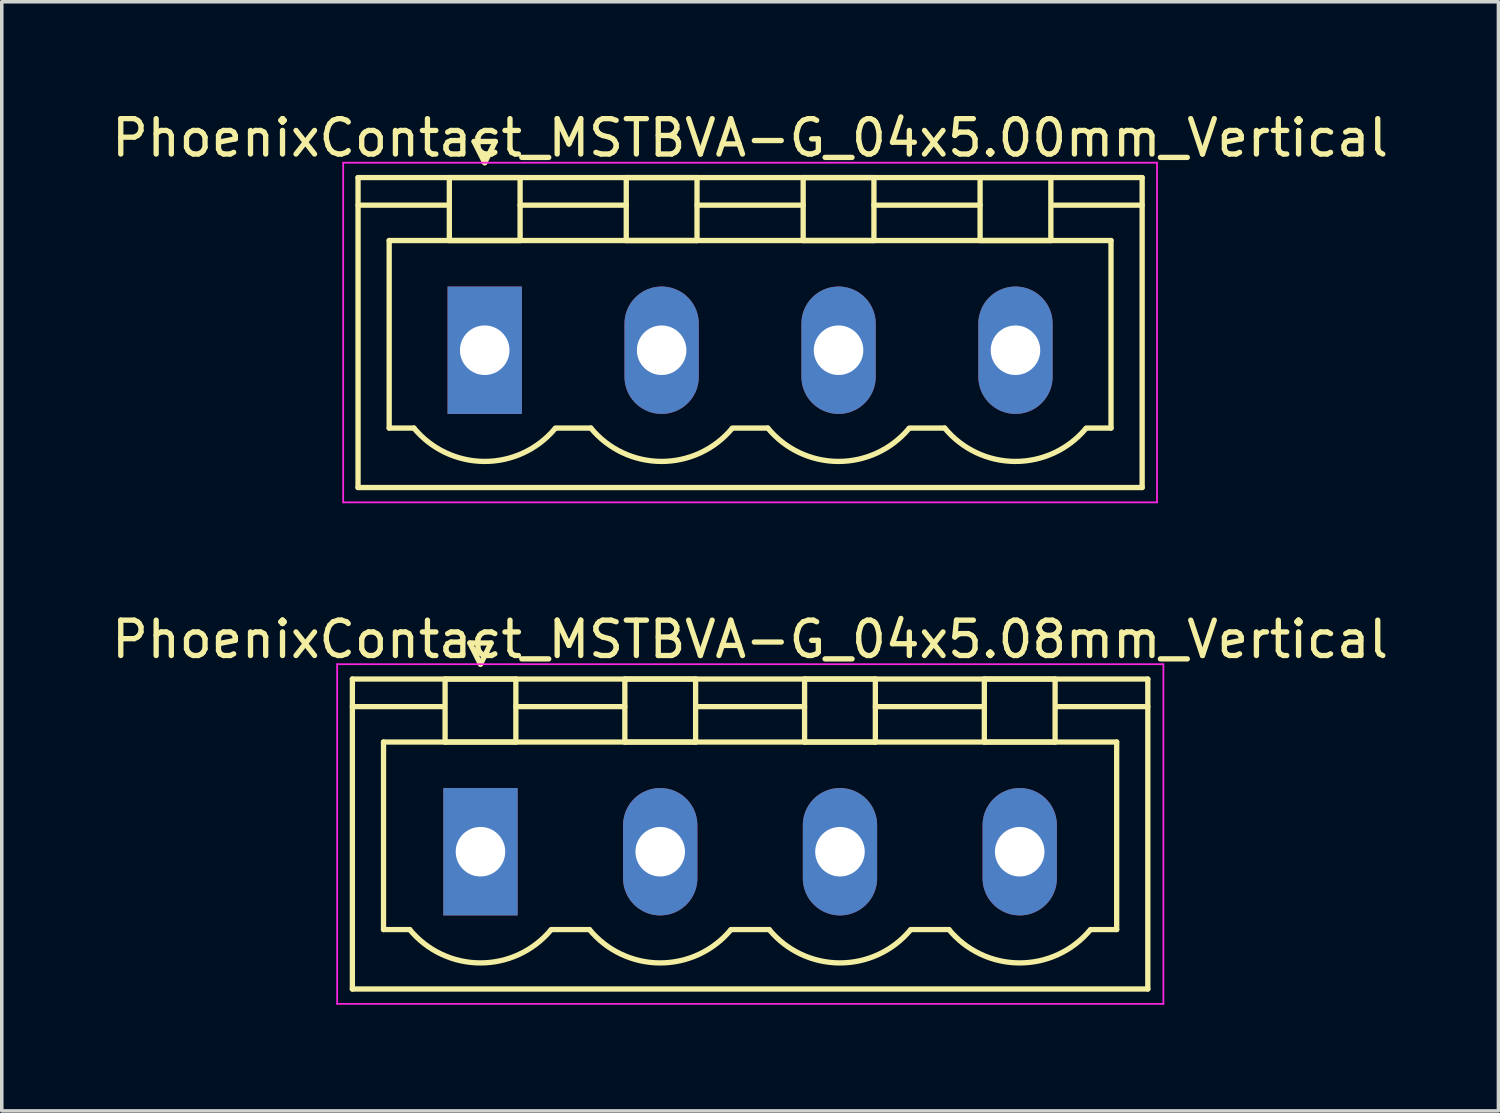
<source format=kicad_pcb>
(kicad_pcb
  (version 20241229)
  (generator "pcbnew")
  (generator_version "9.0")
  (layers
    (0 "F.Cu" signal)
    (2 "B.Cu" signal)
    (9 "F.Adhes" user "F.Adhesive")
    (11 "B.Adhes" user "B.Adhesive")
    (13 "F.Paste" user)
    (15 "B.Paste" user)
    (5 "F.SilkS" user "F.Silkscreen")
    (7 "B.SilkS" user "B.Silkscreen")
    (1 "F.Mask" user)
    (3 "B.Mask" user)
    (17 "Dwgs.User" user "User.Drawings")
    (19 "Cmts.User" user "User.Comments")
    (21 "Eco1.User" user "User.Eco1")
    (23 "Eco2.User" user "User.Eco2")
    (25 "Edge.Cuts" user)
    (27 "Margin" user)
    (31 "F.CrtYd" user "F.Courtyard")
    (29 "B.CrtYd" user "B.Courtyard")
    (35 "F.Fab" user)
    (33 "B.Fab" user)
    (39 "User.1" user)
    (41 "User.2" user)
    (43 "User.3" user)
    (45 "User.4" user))
  (footprint "PhoenixContact_MSTBVA-G_04x5.08mm_Vertical"
    (layer "F.Cu")
    (at 10.529 21.021)
    (property "Reference" "PhoenixContact_MSTBVA-G_04x5.08mm_Vertical" (at 7.62 -6 0) (layer "F.SilkS") (effects (font (size 1 1) (thickness 0.15))))
    (attr through_hole)
    (fp_line (start -3.62 -4.88) (end -3.62 3.88) (stroke (width 0.15) (type solid)) (layer "F.SilkS"))
    (fp_line (start -3.62 -4.1) (end -1.08 -4.1) (stroke (width 0.15) (type solid)) (layer "F.SilkS"))
    (fp_line (start -3.62 3.88) (end 18.86 3.88) (stroke (width 0.15) (type solid)) (layer "F.SilkS"))
    (fp_line (start -2.74 -3.1) (end 17.98 -3.1) (stroke (width 0.15) (type solid)) (layer "F.SilkS"))
    (fp_line (start -2.74 2.2) (end -2.74 -3.1) (stroke (width 0.15) (type solid)) (layer "F.SilkS"))
    (fp_line (start -2 2.2) (end -2.74 2.2) (stroke (width 0.15) (type solid)) (layer "F.SilkS"))
    (fp_line (start -1 -4.88) (end 1 -4.88) (stroke (width 0.15) (type solid)) (layer "F.SilkS"))
    (fp_line (start -1 -3.1) (end -1 -4.88) (stroke (width 0.15) (type solid)) (layer "F.SilkS"))
    (fp_line (start -0.3 -5.9) (end 0 -5.3) (stroke (width 0.15) (type solid)) (layer "F.SilkS"))
    (fp_line (start 0 -5.3) (end 0.3 -5.9) (stroke (width 0.15) (type solid)) (layer "F.SilkS"))
    (fp_line (start 0.3 -5.9) (end -0.3 -5.9) (stroke (width 0.15) (type solid)) (layer "F.SilkS"))
    (fp_line (start 1 -4.88) (end 1 -3.1) (stroke (width 0.15) (type solid)) (layer "F.SilkS"))
    (fp_line (start 1 -4.1) (end 4.08 -4.1) (stroke (width 0.15) (type solid)) (layer "F.SilkS"))
    (fp_line (start 1 -3.1) (end -1 -3.1) (stroke (width 0.15) (type solid)) (layer "F.SilkS"))
    (fp_line (start 2 2.2) (end 3.08 2.2) (stroke (width 0.15) (type solid)) (layer "F.SilkS"))
    (fp_line (start 4.08 -4.88) (end 6.08 -4.88) (stroke (width 0.15) (type solid)) (layer "F.SilkS"))
    (fp_line (start 4.08 -3.1) (end 4.08 -4.88) (stroke (width 0.15) (type solid)) (layer "F.SilkS"))
    (fp_line (start 6.08 -4.88) (end 6.08 -3.1) (stroke (width 0.15) (type solid)) (layer "F.SilkS"))
    (fp_line (start 6.08 -4.1) (end 9.16 -4.1) (stroke (width 0.15) (type solid)) (layer "F.SilkS"))
    (fp_line (start 6.08 -3.1) (end 4.08 -3.1) (stroke (width 0.15) (type solid)) (layer "F.SilkS"))
    (fp_line (start 7.08 2.2) (end 8.16 2.2) (stroke (width 0.15) (type solid)) (layer "F.SilkS"))
    (fp_line (start 9.16 -4.88) (end 11.16 -4.88) (stroke (width 0.15) (type solid)) (layer "F.SilkS"))
    (fp_line (start 9.16 -3.1) (end 9.16 -4.88) (stroke (width 0.15) (type solid)) (layer "F.SilkS"))
    (fp_line (start 11.16 -4.88) (end 11.16 -3.1) (stroke (width 0.15) (type solid)) (layer "F.SilkS"))
    (fp_line (start 11.16 -4.1) (end 14.24 -4.1) (stroke (width 0.15) (type solid)) (layer "F.SilkS"))
    (fp_line (start 11.16 -3.1) (end 9.16 -3.1) (stroke (width 0.15) (type solid)) (layer "F.SilkS"))
    (fp_line (start 12.16 2.2) (end 13.24 2.2) (stroke (width 0.15) (type solid)) (layer "F.SilkS"))
    (fp_line (start 14.24 -4.88) (end 16.24 -4.88) (stroke (width 0.15) (type solid)) (layer "F.SilkS"))
    (fp_line (start 14.24 -3.1) (end 14.24 -4.88) (stroke (width 0.15) (type solid)) (layer "F.SilkS"))
    (fp_line (start 16.24 -4.88) (end 16.24 -3.1) (stroke (width 0.15) (type solid)) (layer "F.SilkS"))
    (fp_line (start 16.24 -3.1) (end 14.24 -3.1) (stroke (width 0.15) (type solid)) (layer "F.SilkS"))
    (fp_line (start 17.98 -3.1) (end 17.98 2.2) (stroke (width 0.15) (type solid)) (layer "F.SilkS"))
    (fp_line (start 17.98 2.2) (end 17.24 2.2) (stroke (width 0.15) (type solid)) (layer "F.SilkS"))
    (fp_line (start 18.86 -4.88) (end -3.62 -4.88) (stroke (width 0.15) (type solid)) (layer "F.SilkS"))
    (fp_line (start 18.86 -4.1) (end 16.32 -4.1) (stroke (width 0.15) (type solid)) (layer "F.SilkS"))
    (fp_line (start 18.86 3.88) (end 18.86 -4.88) (stroke (width 0.15) (type solid)) (layer "F.SilkS"))
    (fp_arc (start 1.986842 2.215821) (mid -0.010289 3.142758) (end -2 2.2) (stroke (width 0.15) (type solid)) (layer "F.SilkS"))
    (fp_arc (start 7.066842 2.215821) (mid 5.069711 3.142758) (end 3.08 2.2) (stroke (width 0.15) (type solid)) (layer "F.SilkS"))
    (fp_arc (start 12.146842 2.215821) (mid 10.149711 3.142758) (end 8.16 2.2) (stroke (width 0.15) (type solid)) (layer "F.SilkS"))
    (fp_arc (start 17.226842 2.215821) (mid 15.229711 3.142758) (end 13.24 2.2) (stroke (width 0.15) (type solid)) (layer "F.SilkS"))
    (fp_line (start -4.05 -5.3) (end -4.05 4.3) (stroke (width 0.05) (type solid)) (layer "F.CrtYd"))
    (fp_line (start -4.05 4.3) (end 19.3 4.3) (stroke (width 0.05) (type solid)) (layer "F.CrtYd"))
    (fp_line (start 19.3 -5.3) (end -4.05 -5.3) (stroke (width 0.05) (type solid)) (layer "F.CrtYd"))
    (fp_line (start 19.3 4.3) (end 19.3 -5.3) (stroke (width 0.05) (type solid)) (layer "F.CrtYd"))
    (pad "1" thru_hole rect (at 0 0) (size 2.1 3.6) (drill 1.4) (layers "*.Cu" "*.Mask"))
    (pad "2" thru_hole oval (at 5.08 0) (size 2.1 3.6) (drill 1.4) (layers "*.Cu" "*.Mask"))
    (pad "3" thru_hole oval (at 10.16 0) (size 2.1 3.6) (drill 1.4) (layers "*.Cu" "*.Mask"))
    (pad "4" thru_hole oval (at 15.24 0) (size 2.1 3.6) (drill 1.4) (layers "*.Cu" "*.Mask")))
  (footprint "PhoenixContact_MSTBVA-G_04x5.00mm_Vertical"
    (layer "F.Cu")
    (at 10.649 6.848)
    (property "Reference" "PhoenixContact_MSTBVA-G_04x5.00mm_Vertical" (at 7.5 -6 0) (layer "F.SilkS") (effects (font (size 1 1) (thickness 0.15))))
    (attr through_hole)
    (fp_line (start -3.58 -4.88) (end -3.58 3.88) (stroke (width 0.15) (type solid)) (layer "F.SilkS"))
    (fp_line (start -3.58 -4.1) (end -1.08 -4.1) (stroke (width 0.15) (type solid)) (layer "F.SilkS"))
    (fp_line (start -3.58 3.88) (end 18.58 3.88) (stroke (width 0.15) (type solid)) (layer "F.SilkS"))
    (fp_line (start -2.7 -3.1) (end 17.7 -3.1) (stroke (width 0.15) (type solid)) (layer "F.SilkS"))
    (fp_line (start -2.7 2.2) (end -2.7 -3.1) (stroke (width 0.15) (type solid)) (layer "F.SilkS"))
    (fp_line (start -2 2.2) (end -2.7 2.2) (stroke (width 0.15) (type solid)) (layer "F.SilkS"))
    (fp_line (start -1 -4.88) (end 1 -4.88) (stroke (width 0.15) (type solid)) (layer "F.SilkS"))
    (fp_line (start -1 -3.1) (end -1 -4.88) (stroke (width 0.15) (type solid)) (layer "F.SilkS"))
    (fp_line (start -0.3 -5.9) (end 0 -5.3) (stroke (width 0.15) (type solid)) (layer "F.SilkS"))
    (fp_line (start 0 -5.3) (end 0.3 -5.9) (stroke (width 0.15) (type solid)) (layer "F.SilkS"))
    (fp_line (start 0.3 -5.9) (end -0.3 -5.9) (stroke (width 0.15) (type solid)) (layer "F.SilkS"))
    (fp_line (start 1 -4.88) (end 1 -3.1) (stroke (width 0.15) (type solid)) (layer "F.SilkS"))
    (fp_line (start 1 -4.1) (end 4 -4.1) (stroke (width 0.15) (type solid)) (layer "F.SilkS"))
    (fp_line (start 1 -3.1) (end -1 -3.1) (stroke (width 0.15) (type solid)) (layer "F.SilkS"))
    (fp_line (start 2 2.2) (end 3 2.2) (stroke (width 0.15) (type solid)) (layer "F.SilkS"))
    (fp_line (start 4 -4.88) (end 6 -4.88) (stroke (width 0.15) (type solid)) (layer "F.SilkS"))
    (fp_line (start 4 -3.1) (end 4 -4.88) (stroke (width 0.15) (type solid)) (layer "F.SilkS"))
    (fp_line (start 6 -4.88) (end 6 -3.1) (stroke (width 0.15) (type solid)) (layer "F.SilkS"))
    (fp_line (start 6 -4.1) (end 9 -4.1) (stroke (width 0.15) (type solid)) (layer "F.SilkS"))
    (fp_line (start 6 -3.1) (end 4 -3.1) (stroke (width 0.15) (type solid)) (layer "F.SilkS"))
    (fp_line (start 7 2.2) (end 8 2.2) (stroke (width 0.15) (type solid)) (layer "F.SilkS"))
    (fp_line (start 9 -4.88) (end 11 -4.88) (stroke (width 0.15) (type solid)) (layer "F.SilkS"))
    (fp_line (start 9 -3.1) (end 9 -4.88) (stroke (width 0.15) (type solid)) (layer "F.SilkS"))
    (fp_line (start 11 -4.88) (end 11 -3.1) (stroke (width 0.15) (type solid)) (layer "F.SilkS"))
    (fp_line (start 11 -4.1) (end 14 -4.1) (stroke (width 0.15) (type solid)) (layer "F.SilkS"))
    (fp_line (start 11 -3.1) (end 9 -3.1) (stroke (width 0.15) (type solid)) (layer "F.SilkS"))
    (fp_line (start 12 2.2) (end 13 2.2) (stroke (width 0.15) (type solid)) (layer "F.SilkS"))
    (fp_line (start 14 -4.88) (end 16 -4.88) (stroke (width 0.15) (type solid)) (layer "F.SilkS"))
    (fp_line (start 14 -3.1) (end 14 -4.88) (stroke (width 0.15) (type solid)) (layer "F.SilkS"))
    (fp_line (start 16 -4.88) (end 16 -3.1) (stroke (width 0.15) (type solid)) (layer "F.SilkS"))
    (fp_line (start 16 -3.1) (end 14 -3.1) (stroke (width 0.15) (type solid)) (layer "F.SilkS"))
    (fp_line (start 17.7 -3.1) (end 17.7 2.2) (stroke (width 0.15) (type solid)) (layer "F.SilkS"))
    (fp_line (start 17.7 2.2) (end 17 2.2) (stroke (width 0.15) (type solid)) (layer "F.SilkS"))
    (fp_line (start 18.58 -4.88) (end -3.58 -4.88) (stroke (width 0.15) (type solid)) (layer "F.SilkS"))
    (fp_line (start 18.58 -4.1) (end 16.08 -4.1) (stroke (width 0.15) (type solid)) (layer "F.SilkS"))
    (fp_line (start 18.58 3.88) (end 18.58 -4.88) (stroke (width 0.15) (type solid)) (layer "F.SilkS"))
    (fp_arc (start 1.986842 2.215821) (mid -0.010289 3.142758) (end -2 2.2) (stroke (width 0.15) (type solid)) (layer "F.SilkS"))
    (fp_arc (start 6.986842 2.215821) (mid 4.989711 3.142758) (end 3 2.2) (stroke (width 0.15) (type solid)) (layer "F.SilkS"))
    (fp_arc (start 11.986842 2.215821) (mid 9.989711 3.142758) (end 8 2.2) (stroke (width 0.15) (type solid)) (layer "F.SilkS"))
    (fp_arc (start 16.986842 2.215821) (mid 14.989711 3.142758) (end 13 2.2) (stroke (width 0.15) (type solid)) (layer "F.SilkS"))
    (fp_line (start -4 -5.3) (end -4 4.3) (stroke (width 0.05) (type solid)) (layer "F.CrtYd"))
    (fp_line (start -4 4.3) (end 19 4.3) (stroke (width 0.05) (type solid)) (layer "F.CrtYd"))
    (fp_line (start 19 -5.3) (end -4 -5.3) (stroke (width 0.05) (type solid)) (layer "F.CrtYd"))
    (fp_line (start 19 4.3) (end 19 -5.3) (stroke (width 0.05) (type solid)) (layer "F.CrtYd"))
    (pad "1" thru_hole rect (at 0 0) (size 2.1 3.6) (drill 1.4) (layers "*.Cu" "*.Mask"))
    (pad "2" thru_hole oval (at 5 0) (size 2.1 3.6) (drill 1.4) (layers "*.Cu" "*.Mask"))
    (pad "3" thru_hole oval (at 10 0) (size 2.1 3.6) (drill 1.4) (layers "*.Cu" "*.Mask"))
    (pad "4" thru_hole oval (at 15 0) (size 2.1 3.6) (drill 1.4) (layers "*.Cu" "*.Mask")))
  (gr_rect
    (start -3 -3)
    (end 39.298 28.346)
    (stroke (width 0.1) (type default))
    (fill no)
    (layer "Edge.Cuts")))
</source>
